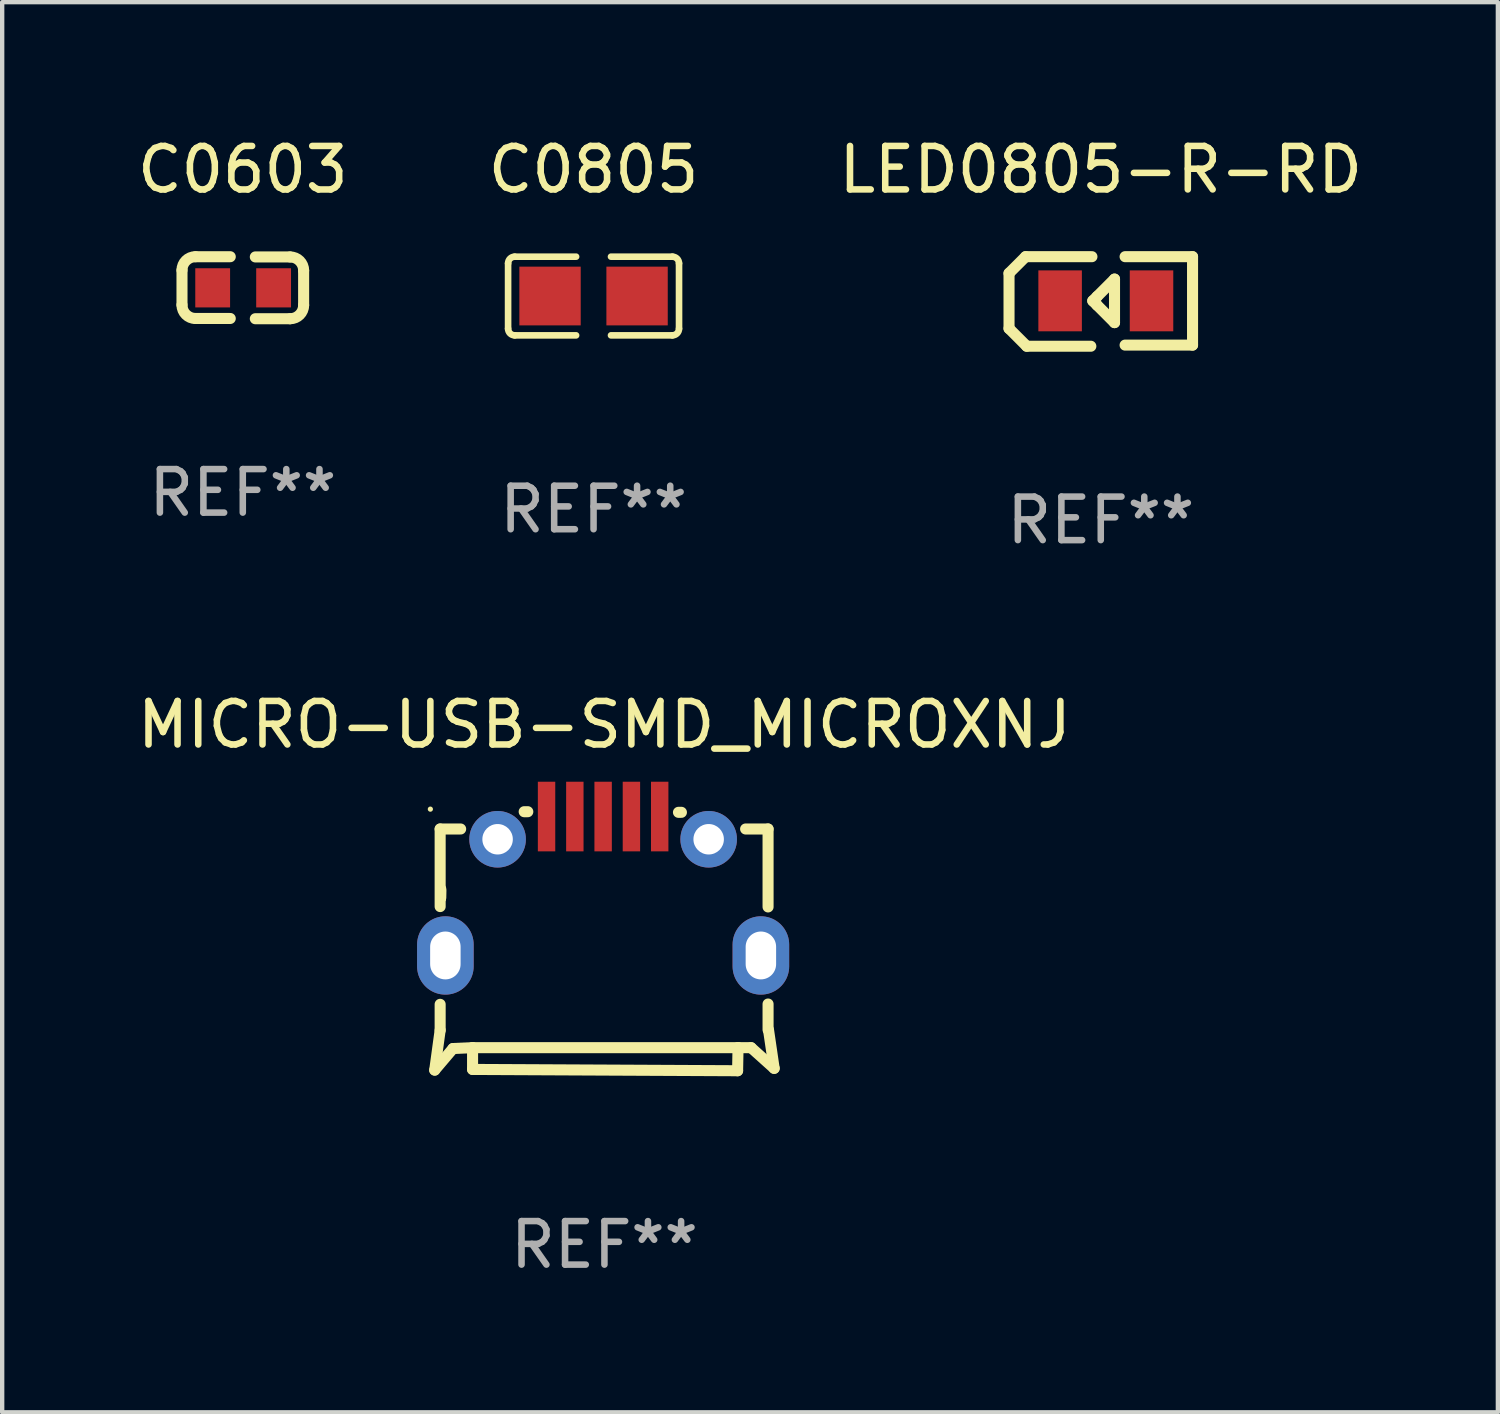
<source format=kicad_pcb>
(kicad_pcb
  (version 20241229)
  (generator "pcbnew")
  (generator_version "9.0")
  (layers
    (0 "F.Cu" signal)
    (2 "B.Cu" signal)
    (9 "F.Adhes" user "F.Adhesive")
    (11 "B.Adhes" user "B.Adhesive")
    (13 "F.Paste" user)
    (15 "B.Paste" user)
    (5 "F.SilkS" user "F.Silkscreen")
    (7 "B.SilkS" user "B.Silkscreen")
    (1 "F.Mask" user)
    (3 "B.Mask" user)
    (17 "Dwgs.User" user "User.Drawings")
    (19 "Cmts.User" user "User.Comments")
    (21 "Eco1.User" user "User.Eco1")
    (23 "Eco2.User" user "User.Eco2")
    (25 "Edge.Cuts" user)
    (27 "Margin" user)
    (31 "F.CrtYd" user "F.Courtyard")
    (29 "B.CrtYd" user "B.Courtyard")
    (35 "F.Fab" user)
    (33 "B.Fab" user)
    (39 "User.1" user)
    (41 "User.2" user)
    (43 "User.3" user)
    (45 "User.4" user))
  (footprint "LED0805-R-RD"
    (layer "F.Cu")
    (at 22.36 3.863)
    (property "Reference" "LED0805-R-RD" (at -0.116 -3.015 0) (layer "F.SilkS") (effects (font (size 1 1) (thickness 0.15))))
    (attr smd)
    (fp_line (start -2.224 -0.634) (end -1.843 -1.015) (stroke (width 0.254) (type solid)) (layer "F.SilkS"))
    (fp_line (start -2.224 0.636) (end -2.224 -0.634) (stroke (width 0.254) (type solid)) (layer "F.SilkS"))
    (fp_line (start -1.843 -1.015) (end -0.319 -1.015) (stroke (width 0.254) (type solid)) (layer "F.SilkS"))
    (fp_line (start -1.817 1.043) (end -2.224 0.636) (stroke (width 0.254) (type solid)) (layer "F.SilkS"))
    (fp_line (start -0.344 1.043) (end -1.817 1.043) (stroke (width 0.254) (type solid)) (layer "F.SilkS"))
    (fp_line (start -0.3 0) (end -0.2 0.1) (stroke (width 0.254) (type solid)) (layer "F.SilkS"))
    (fp_line (start -0.2 -0.1) (end -0.3 0) (stroke (width 0.254) (type solid)) (layer "F.SilkS"))
    (fp_line (start -0.2 0.1) (end 0.2 0.5) (stroke (width 0.254) (type solid)) (layer "F.SilkS"))
    (fp_line (start 0.2 -0.5) (end -0.2 -0.1) (stroke (width 0.254) (type solid)) (layer "F.SilkS"))
    (fp_line (start 0.2 -0.5) (end 0.2 0.5) (stroke (width 0.254) (type solid)) (layer "F.SilkS"))
    (fp_line (start 0.443 1.017) (end 1.993 1.017) (stroke (width 0.254) (type solid)) (layer "F.SilkS"))
    (fp_line (start 1.993 -1.015) (end 0.443 -1.015) (stroke (width 0.254) (type solid)) (layer "F.SilkS"))
    (fp_line (start 1.993 1.017) (end 1.993 -1.015) (stroke (width 0.254) (type solid)) (layer "F.SilkS"))
    (fp_text user "REF**" (at -0.116 5.043 0) (layer "F.Fab") (effects (font (size 1 1) (thickness 0.15))))
    (pad "1" smd rect (at 1.05 0 180) (size 1 1.4) (layers "F.Cu" "F.Mask" "F.Paste"))
    (pad "2" smd rect (at -1.05 0 180) (size 1 1.4) (layers "F.Cu" "F.Mask" "F.Paste")))
  (footprint "MICRO-USB-SMD_MICROXNJ"
    (layer "F.Cu")
    (at 10.809 17.309)
    (property "Reference" "MICRO-USB-SMD_MICROXNJ" (at 0.03 -3.707 0) (layer "F.SilkS") (effects (font (size 1 1) (thickness 0.15))))
    (attr through_hole)
    (fp_line (start -3.87 4.23) (end -3.745 3.315) (stroke (width 0.254) (type solid)) (layer "F.SilkS"))
    (fp_line (start -3.745 -1.31) (end -3.274 -1.31) (stroke (width 0.254) (type solid)) (layer "F.SilkS"))
    (fp_line (start -3.745 0.473) (end -3.745 -1.31) (stroke (width 0.254) (type solid)) (layer "F.SilkS"))
    (fp_line (start -3.745 3.315) (end -3.745 2.719) (stroke (width 0.254) (type solid)) (layer "F.SilkS"))
    (fp_line (start -3.735 0.276) (end -3.731 0.068) (stroke (width 0.254) (type solid)) (layer "F.SilkS"))
    (fp_line (start -3.733 0.275) (end -3.732 0.101) (stroke (width 0.254) (type solid)) (layer "F.SilkS"))
    (fp_line (start -3.45 3.735) (end -3.87 4.23) (stroke (width 0.254) (type solid)) (layer "F.SilkS"))
    (fp_line (start -3 3.715) (end -3.45 3.735) (stroke (width 0.254) (type solid)) (layer "F.SilkS"))
    (fp_line (start -3 3.715) (end -3 4.215) (stroke (width 0.254) (type solid)) (layer "F.SilkS"))
    (fp_line (start -3 3.715) (end 3.1 3.715) (stroke (width 0.254) (type solid)) (layer "F.SilkS"))
    (fp_line (start -3 4.215) (end 3.09 4.245) (stroke (width 0.254) (type solid)) (layer "F.SilkS"))
    (fp_line (start -1.814 -1.707) (end -1.731 -1.707) (stroke (width 0.254) (type solid)) (layer "F.SilkS"))
    (fp_line (start 1.731 -1.693) (end 1.799 -1.693) (stroke (width 0.254) (type solid)) (layer "F.SilkS"))
    (fp_line (start 3.09 4.245) (end 3.1 3.715) (stroke (width 0.254) (type solid)) (layer "F.SilkS"))
    (fp_line (start 3.1 3.715) (end 3.4 3.715) (stroke (width 0.254) (type solid)) (layer "F.SilkS"))
    (fp_line (start 3.274 -1.31) (end 3.79 -1.31) (stroke (width 0.254) (type solid)) (layer "F.SilkS"))
    (fp_line (start 3.4 3.715) (end 3.93 4.19) (stroke (width 0.254) (type solid)) (layer "F.SilkS"))
    (fp_line (start 3.79 -1.31) (end 3.79 0.481) (stroke (width 0.254) (type solid)) (layer "F.SilkS"))
    (fp_line (start 3.79 2.712) (end 3.79 3.304) (stroke (width 0.254) (type solid)) (layer "F.SilkS"))
    (fp_line (start 3.93 4.19) (end 3.8 3.304) (stroke (width 0.254) (type solid)) (layer "F.SilkS"))
    (fp_circle (center -3.97 -1.766) (end -3.94 -1.766) (stroke (width 0.06) (type solid)) (fill no) (layer "F.SilkS"))
    (fp_text user "REF**" (at 0.03 8.245 0) (layer "F.Fab") (effects (font (size 1 1) (thickness 0.15))))
    (pad "1" smd rect (at -1.3 -1.596 270) (size 1.6 0.4) (layers "F.Cu" "F.Mask" "F.Paste"))
    (pad "2" smd rect (at -0.65 -1.596 270) (size 1.6 0.4) (layers "F.Cu" "F.Mask" "F.Paste"))
    (pad "3" smd rect (at 0 -1.596 270) (size 1.6 0.4) (layers "F.Cu" "F.Mask" "F.Paste"))
    (pad "4" smd rect (at 0.65 -1.596 270) (size 1.6 0.4) (layers "F.Cu" "F.Mask" "F.Paste"))
    (pad "5" smd rect (at 1.3 -1.596 270) (size 1.6 0.4) (layers "F.Cu" "F.Mask" "F.Paste"))
    (pad "6" thru_hole circle (at 2.425 -1.074) (size 1.3 1.3) (drill 0.7) (layers "*.Cu" "*.Mask"))
    (pad "7" thru_hole oval (at 3.625 1.596) (size 1.3 1.8) (drill oval 0.7 1.1) (layers "*.Cu" "*.Mask"))
    (pad "8" thru_hole oval (at -3.625 1.596) (size 1.3 1.8) (drill oval 0.7 1.1) (layers "*.Cu" "*.Mask"))
    (pad "9" thru_hole circle (at -2.425 -1.074) (size 1.3 1.3) (drill 0.7) (layers "*.Cu" "*.Mask")))
  (footprint "C0805"
    (layer "F.Cu")
    (at 10.589 3.752)
    (property "Reference" "C0805" (at 0 -2.904 0) (layer "F.SilkS") (effects (font (size 1 1) (thickness 0.15))))
    (attr smd)
    (fp_line (start -1.964 0.751) (end -1.964 -0.751) (stroke (width 0.152) (type solid)) (layer "F.SilkS"))
    (fp_line (start -1.811 -0.904) (end -0.401 -0.904) (stroke (width 0.152) (type solid)) (layer "F.SilkS"))
    (fp_line (start -0.401 0.904) (end -1.811 0.904) (stroke (width 0.152) (type solid)) (layer "F.SilkS"))
    (fp_line (start 0.401 0.904) (end 1.811 0.904) (stroke (width 0.152) (type solid)) (layer "F.SilkS"))
    (fp_line (start 1.811 -0.904) (end 0.401 -0.904) (stroke (width 0.152) (type solid)) (layer "F.SilkS"))
    (fp_line (start 1.964 0.751) (end 1.964 -0.751) (stroke (width 0.152) (type solid)) (layer "F.SilkS"))
    (fp_arc (start -1.963602 -0.751207) (mid -1.918965 -0.858971) (end -1.811201 -0.903608) (stroke (width 0.1524) (type solid)) (layer "F.SilkS"))
    (fp_arc (start -1.811201 0.903607) (mid -1.918964 0.85897) (end -1.963601 0.751207) (stroke (width 0.1524) (type solid)) (layer "F.SilkS"))
    (fp_arc (start 1.811201 -0.903607) (mid 1.918964 -0.85897) (end 1.963601 -0.751207) (stroke (width 0.1524) (type solid)) (layer "F.SilkS"))
    (fp_arc (start 1.963602 0.751207) (mid 1.918965 0.858971) (end 1.811201 0.903608) (stroke (width 0.1524) (type solid)) (layer "F.SilkS"))
    (fp_text user "REF**" (at 0 4.904 0) (layer "F.Fab") (effects (font (size 1 1) (thickness 0.15))))
    (pad "1" smd rect (at -1 0) (size 1.41 1.35) (layers "F.Cu" "F.Mask" "F.Paste"))
    (pad "2" smd rect (at 1 0) (size 1.41 1.35) (layers "F.Cu" "F.Mask" "F.Paste")))
  (footprint "C0603"
    (layer "F.Cu")
    (at 2.537 3.564)
    (property "Reference" "C0603" (at -0.008 -2.715 0) (layer "F.SilkS") (effects (font (size 1 1) (thickness 0.15))))
    (attr smd)
    (fp_line (start -1.405 -0.406) (end -1.405 0.394) (stroke (width 0.254) (type solid)) (layer "F.SilkS"))
    (fp_line (start -0.296 -0.715) (end -1.096 -0.715) (stroke (width 0.254) (type solid)) (layer "F.SilkS"))
    (fp_line (start -0.296 0.704) (end -1.096 0.704) (stroke (width 0.254) (type solid)) (layer "F.SilkS"))
    (fp_line (start 0.28 -0.71) (end 1.08 -0.71) (stroke (width 0.254) (type solid)) (layer "F.SilkS"))
    (fp_line (start 0.28 0.71) (end 1.08 0.71) (stroke (width 0.254) (type solid)) (layer "F.SilkS"))
    (fp_line (start 1.39 -0.4) (end 1.39 0.4) (stroke (width 0.254) (type solid)) (layer "F.SilkS"))
    (fp_arc (start -1.405512 -0.405613) (mid -1.314765 -0.624696) (end -1.095682 -0.715443) (stroke (width 0.254) (type solid)) (layer "F.SilkS"))
    (fp_arc (start -1.095682 0.704216) (mid -1.314773 0.61346) (end -1.405511 0.394362) (stroke (width 0.254) (type solid)) (layer "F.SilkS"))
    (fp_arc (start 1.080188 -0.709627) (mid 1.29928 -0.618871) (end 1.390018 -0.399772) (stroke (width 0.254) (type solid)) (layer "F.SilkS"))
    (fp_arc (start 1.390018 0.400203) (mid 1.299271 0.619286) (end 1.080188 0.710033) (stroke (width 0.254) (type solid)) (layer "F.SilkS"))
    (fp_text user "REF**" (at -0.008 4.71 0) (layer "F.Fab") (effects (font (size 1 1) (thickness 0.15))))
    (pad "1" smd rect (at -0.7 0) (size 0.8 0.9) (layers "F.Cu" "F.Mask" "F.Paste"))
    (pad "2" smd rect (at 0.7 0) (size 0.8 0.9) (layers "F.Cu" "F.Mask" "F.Paste")))
  (gr_rect
    (start -3 -3)
    (end 31.369 29.403)
    (stroke (width 0.1) (type default))
    (fill no)
    (layer "Edge.Cuts")))
</source>
